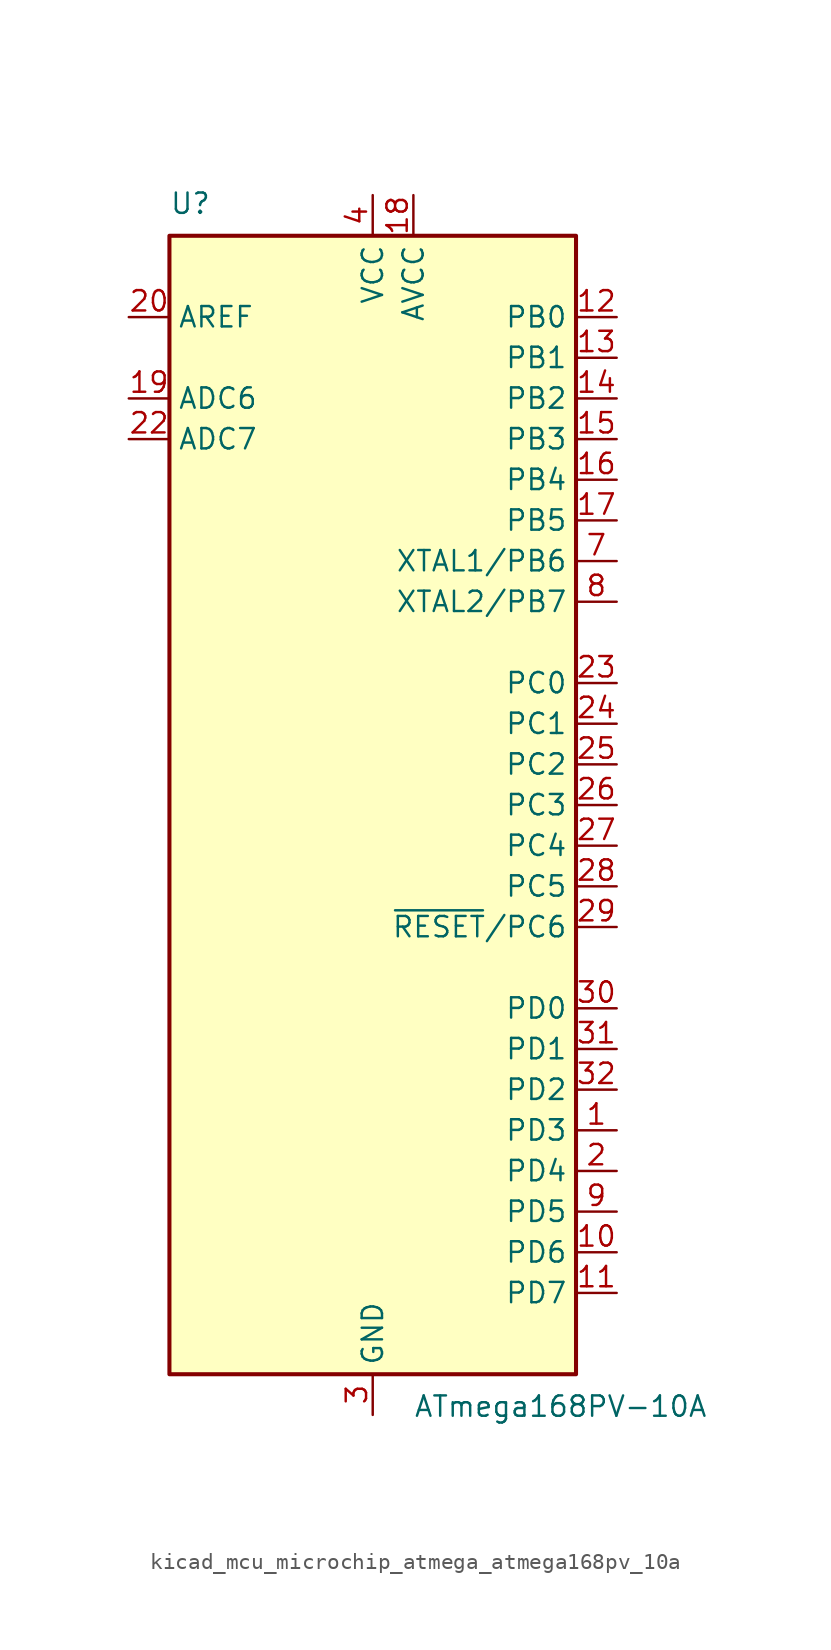
<source format=kicad_sym>
(kicad_symbol_lib
  (version 20220914)
  (generator kicad_symbol_editor)
  (symbol "kicad_mcu_microchip_atmega_atmega168pv_10a"
    (property "Reference" "U"
      (at -12.7 36.83 0)
      (effects (font (size 1.27 1.27)) (justify left bottom)))
    (property "Value" "ATmega168PV-10A"
      (at 2.54 -36.83 0)
      (effects (font (size 1.27 1.27)) (justify left top)))
    (symbol "kicad_mcu_microchip_atmega_atmega168pv_10a_0_1"
      (rectangle (start -12.7 -35.56) (end 12.7 35.56) (stroke (width 0.254) (type default)) (fill (type background))))
    (symbol "kicad_mcu_microchip_atmega_atmega168pv_10a_1_1"
      (pin bidirectional line (at 15.24 -20.32 180) (length 2.54) (name "PD3" (effects (font (size 1.27 1.27)))) (number "1" (effects (font (size 1.27 1.27)))))
      (pin bidirectional line (at 15.24 -27.94 180) (length 2.54) (name "PD6" (effects (font (size 1.27 1.27)))) (number "10" (effects (font (size 1.27 1.27)))))
      (pin bidirectional line (at 15.24 -30.48 180) (length 2.54) (name "PD7" (effects (font (size 1.27 1.27)))) (number "11" (effects (font (size 1.27 1.27)))))
      (pin bidirectional line (at 15.24 30.48 180) (length 2.54) (name "PB0" (effects (font (size 1.27 1.27)))) (number "12" (effects (font (size 1.27 1.27)))))
      (pin bidirectional line (at 15.24 27.94 180) (length 2.54) (name "PB1" (effects (font (size 1.27 1.27)))) (number "13" (effects (font (size 1.27 1.27)))))
      (pin bidirectional line (at 15.24 25.4 180) (length 2.54) (name "PB2" (effects (font (size 1.27 1.27)))) (number "14" (effects (font (size 1.27 1.27)))))
      (pin bidirectional line (at 15.24 22.86 180) (length 2.54) (name "PB3" (effects (font (size 1.27 1.27)))) (number "15" (effects (font (size 1.27 1.27)))))
      (pin bidirectional line (at 15.24 20.32 180) (length 2.54) (name "PB4" (effects (font (size 1.27 1.27)))) (number "16" (effects (font (size 1.27 1.27)))))
      (pin bidirectional line (at 15.24 17.78 180) (length 2.54) (name "PB5" (effects (font (size 1.27 1.27)))) (number "17" (effects (font (size 1.27 1.27)))))
      (pin power_in line (at 2.54 38.1 270) (length 2.54) (name "AVCC" (effects (font (size 1.27 1.27)))) (number "18" (effects (font (size 1.27 1.27)))))
      (pin input line (at -15.24 25.4 0) (length 2.54) (name "ADC6" (effects (font (size 1.27 1.27)))) (number "19" (effects (font (size 1.27 1.27)))))
      (pin bidirectional line (at 15.24 -22.86 180) (length 2.54) (name "PD4" (effects (font (size 1.27 1.27)))) (number "2" (effects (font (size 1.27 1.27)))))
      (pin passive line (at -15.24 30.48 0) (length 2.54) (name "AREF" (effects (font (size 1.27 1.27)))) (number "20" (effects (font (size 1.27 1.27)))))
      (pin passive line (at 0 -38.1 90) (length 2.54) hide (name "GND" (effects (font (size 1.27 1.27)))) (number "21" (effects (font (size 1.27 1.27)))))
      (pin input line (at -15.24 22.86 0) (length 2.54) (name "ADC7" (effects (font (size 1.27 1.27)))) (number "22" (effects (font (size 1.27 1.27)))))
      (pin bidirectional line (at 15.24 7.62 180) (length 2.54) (name "PC0" (effects (font (size 1.27 1.27)))) (number "23" (effects (font (size 1.27 1.27)))))
      (pin bidirectional line (at 15.24 5.08 180) (length 2.54) (name "PC1" (effects (font (size 1.27 1.27)))) (number "24" (effects (font (size 1.27 1.27)))))
      (pin bidirectional line (at 15.24 2.54 180) (length 2.54) (name "PC2" (effects (font (size 1.27 1.27)))) (number "25" (effects (font (size 1.27 1.27)))))
      (pin bidirectional line (at 15.24 0 180) (length 2.54) (name "PC3" (effects (font (size 1.27 1.27)))) (number "26" (effects (font (size 1.27 1.27)))))
      (pin bidirectional line (at 15.24 -2.54 180) (length 2.54) (name "PC4" (effects (font (size 1.27 1.27)))) (number "27" (effects (font (size 1.27 1.27)))))
      (pin bidirectional line (at 15.24 -5.08 180) (length 2.54) (name "PC5" (effects (font (size 1.27 1.27)))) (number "28" (effects (font (size 1.27 1.27)))))
      (pin bidirectional line (at 15.24 -7.62 180) (length 2.54) (name "~{RESET}/PC6" (effects (font (size 1.27 1.27)))) (number "29" (effects (font (size 1.27 1.27)))))
      (pin power_in line (at 0 -38.1 90) (length 2.54) (name "GND" (effects (font (size 1.27 1.27)))) (number "3" (effects (font (size 1.27 1.27)))))
      (pin bidirectional line (at 15.24 -12.7 180) (length 2.54) (name "PD0" (effects (font (size 1.27 1.27)))) (number "30" (effects (font (size 1.27 1.27)))))
      (pin bidirectional line (at 15.24 -15.24 180) (length 2.54) (name "PD1" (effects (font (size 1.27 1.27)))) (number "31" (effects (font (size 1.27 1.27)))))
      (pin bidirectional line (at 15.24 -17.78 180) (length 2.54) (name "PD2" (effects (font (size 1.27 1.27)))) (number "32" (effects (font (size 1.27 1.27)))))
      (pin power_in line (at 0 38.1 270) (length 2.54) (name "VCC" (effects (font (size 1.27 1.27)))) (number "4" (effects (font (size 1.27 1.27)))))
      (pin passive line (at 0 -38.1 90) (length 2.54) hide (name "GND" (effects (font (size 1.27 1.27)))) (number "5" (effects (font (size 1.27 1.27)))))
      (pin passive line (at 0 38.1 270) (length 2.54) hide (name "VCC" (effects (font (size 1.27 1.27)))) (number "6" (effects (font (size 1.27 1.27)))))
      (pin bidirectional line (at 15.24 15.24 180) (length 2.54) (name "XTAL1/PB6" (effects (font (size 1.27 1.27)))) (number "7" (effects (font (size 1.27 1.27)))))
      (pin bidirectional line (at 15.24 12.7 180) (length 2.54) (name "XTAL2/PB7" (effects (font (size 1.27 1.27)))) (number "8" (effects (font (size 1.27 1.27)))))
      (pin bidirectional line (at 15.24 -25.4 180) (length 2.54) (name "PD5" (effects (font (size 1.27 1.27)))) (number "9" (effects (font (size 1.27 1.27))))))))
</source>
